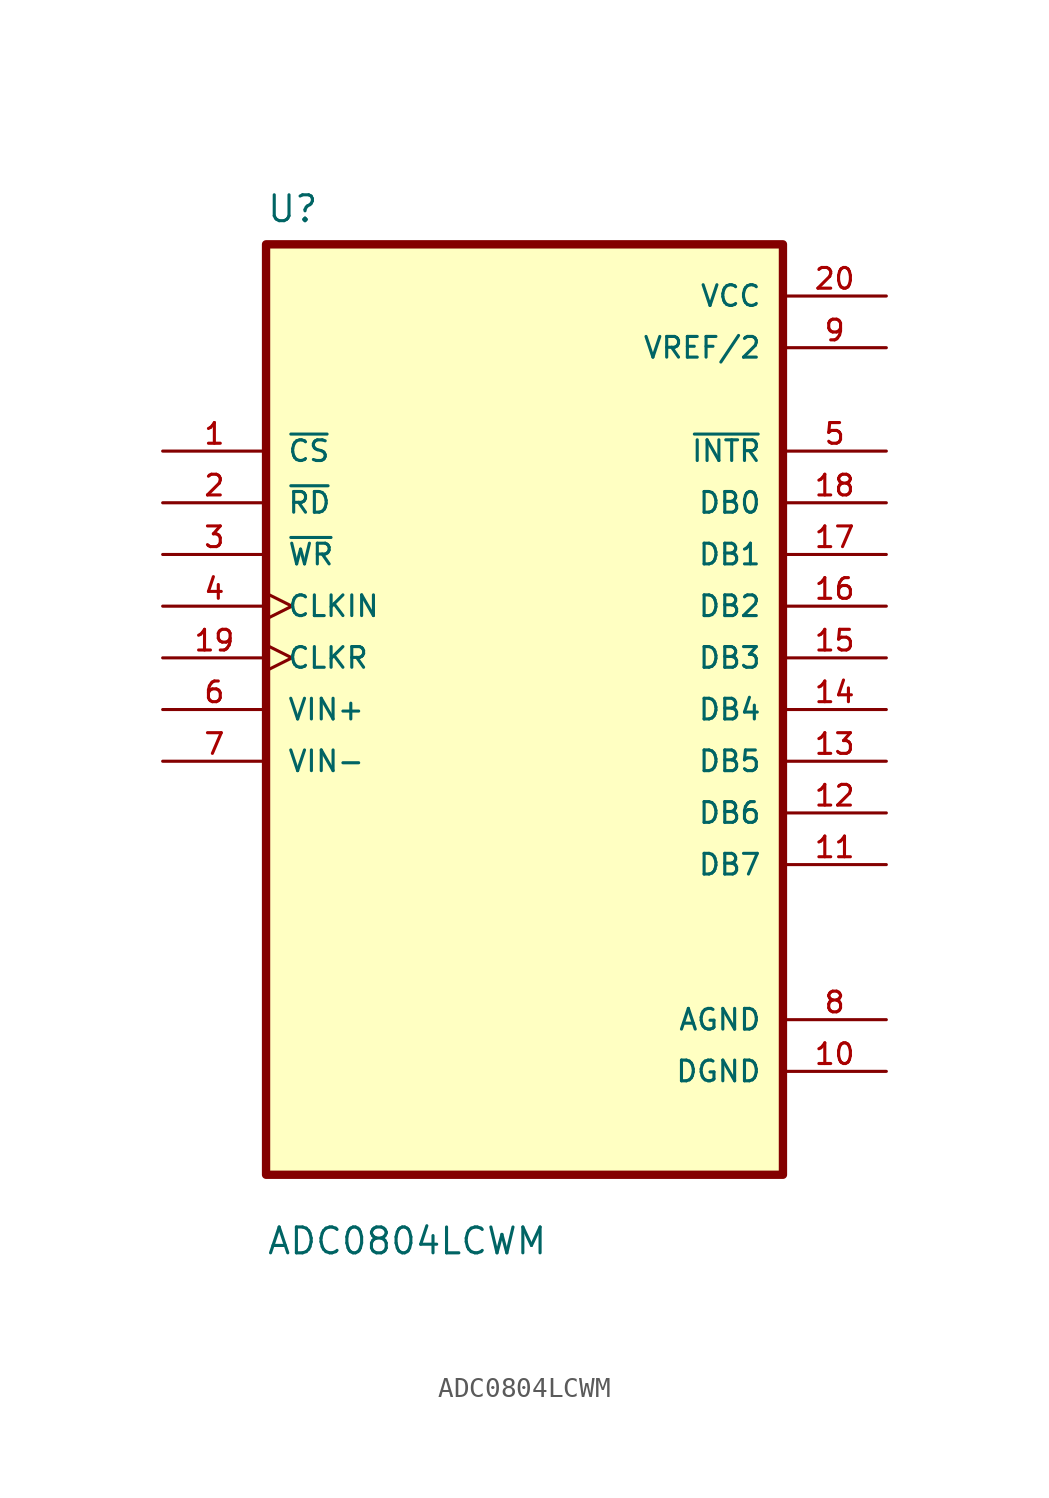
<source format=kicad_sym>
(kicad_symbol_lib
  (version 20211014)
  (generator kicad_symbol_editor)
  (symbol "ADC0804LCWM"
    (pin_names
      (offset 1.016))
    (property "Reference" "U"
      (at -12.7 23.86 0.0)
      (effects (font (size 1.27 1.27)) (justify bottom left)))
    (property "Value" "ADC0804LCWM"
      (at -12.7 -26.86 0.0)
      (effects (font (size 1.27 1.27)) (justify bottom left)))
    (symbol "ADC0804LCWM_0_0"
      (rectangle (start -12.7 -22.86) (end 12.7 22.86) (stroke (width 0.41)) (fill (type background)))
      (pin input line (at -17.78 12.7 0) (length 5.08) (name "~{CS}" (effects (font (size 1.016 1.016)))) (number "1" (effects (font (size 1.016 1.016)))))
      (pin input line (at -17.78 10.16 0) (length 5.08) (name "~{RD}" (effects (font (size 1.016 1.016)))) (number "2" (effects (font (size 1.016 1.016)))))
      (pin input line (at -17.78 7.62 0) (length 5.08) (name "~{WR}" (effects (font (size 1.016 1.016)))) (number "3" (effects (font (size 1.016 1.016)))))
      (pin input clock (at -17.78 5.08 0) (length 5.08) (name "CLKIN" (effects (font (size 1.016 1.016)))) (number "4" (effects (font (size 1.016 1.016)))))
      (pin input clock (at -17.78 2.54 0) (length 5.08) (name "CLKR" (effects (font (size 1.016 1.016)))) (number "19" (effects (font (size 1.016 1.016)))))
      (pin input line (at -17.78 0.0 0) (length 5.08) (name "VIN+" (effects (font (size 1.016 1.016)))) (number "6" (effects (font (size 1.016 1.016)))))
      (pin input line (at -17.78 -2.54 0) (length 5.08) (name "VIN-" (effects (font (size 1.016 1.016)))) (number "7" (effects (font (size 1.016 1.016)))))
      (pin power_in line (at 17.78 20.32 180.0) (length 5.08) (name "VCC" (effects (font (size 1.016 1.016)))) (number "20" (effects (font (size 1.016 1.016)))))
      (pin power_in line (at 17.78 17.78 180.0) (length 5.08) (name "VREF/2" (effects (font (size 1.016 1.016)))) (number "9" (effects (font (size 1.016 1.016)))))
      (pin output line (at 17.78 12.7 180.0) (length 5.08) (name "~{INTR}" (effects (font (size 1.016 1.016)))) (number "5" (effects (font (size 1.016 1.016)))))
      (pin output line (at 17.78 10.16 180.0) (length 5.08) (name "DB0" (effects (font (size 1.016 1.016)))) (number "18" (effects (font (size 1.016 1.016)))))
      (pin output line (at 17.78 7.62 180.0) (length 5.08) (name "DB1" (effects (font (size 1.016 1.016)))) (number "17" (effects (font (size 1.016 1.016)))))
      (pin output line (at 17.78 5.08 180.0) (length 5.08) (name "DB2" (effects (font (size 1.016 1.016)))) (number "16" (effects (font (size 1.016 1.016)))))
      (pin output line (at 17.78 2.54 180.0) (length 5.08) (name "DB3" (effects (font (size 1.016 1.016)))) (number "15" (effects (font (size 1.016 1.016)))))
      (pin output line (at 17.78 0.0 180.0) (length 5.08) (name "DB4" (effects (font (size 1.016 1.016)))) (number "14" (effects (font (size 1.016 1.016)))))
      (pin output line (at 17.78 -2.54 180.0) (length 5.08) (name "DB5" (effects (font (size 1.016 1.016)))) (number "13" (effects (font (size 1.016 1.016)))))
      (pin output line (at 17.78 -5.08 180.0) (length 5.08) (name "DB6" (effects (font (size 1.016 1.016)))) (number "12" (effects (font (size 1.016 1.016)))))
      (pin output line (at 17.78 -7.62 180.0) (length 5.08) (name "DB7" (effects (font (size 1.016 1.016)))) (number "11" (effects (font (size 1.016 1.016)))))
      (pin power_in line (at 17.78 -15.24 180.0) (length 5.08) (name "AGND" (effects (font (size 1.016 1.016)))) (number "8" (effects (font (size 1.016 1.016)))))
      (pin power_in line (at 17.78 -17.78 180.0) (length 5.08) (name "DGND" (effects (font (size 1.016 1.016)))) (number "10" (effects (font (size 1.016 1.016))))))))
</source>
